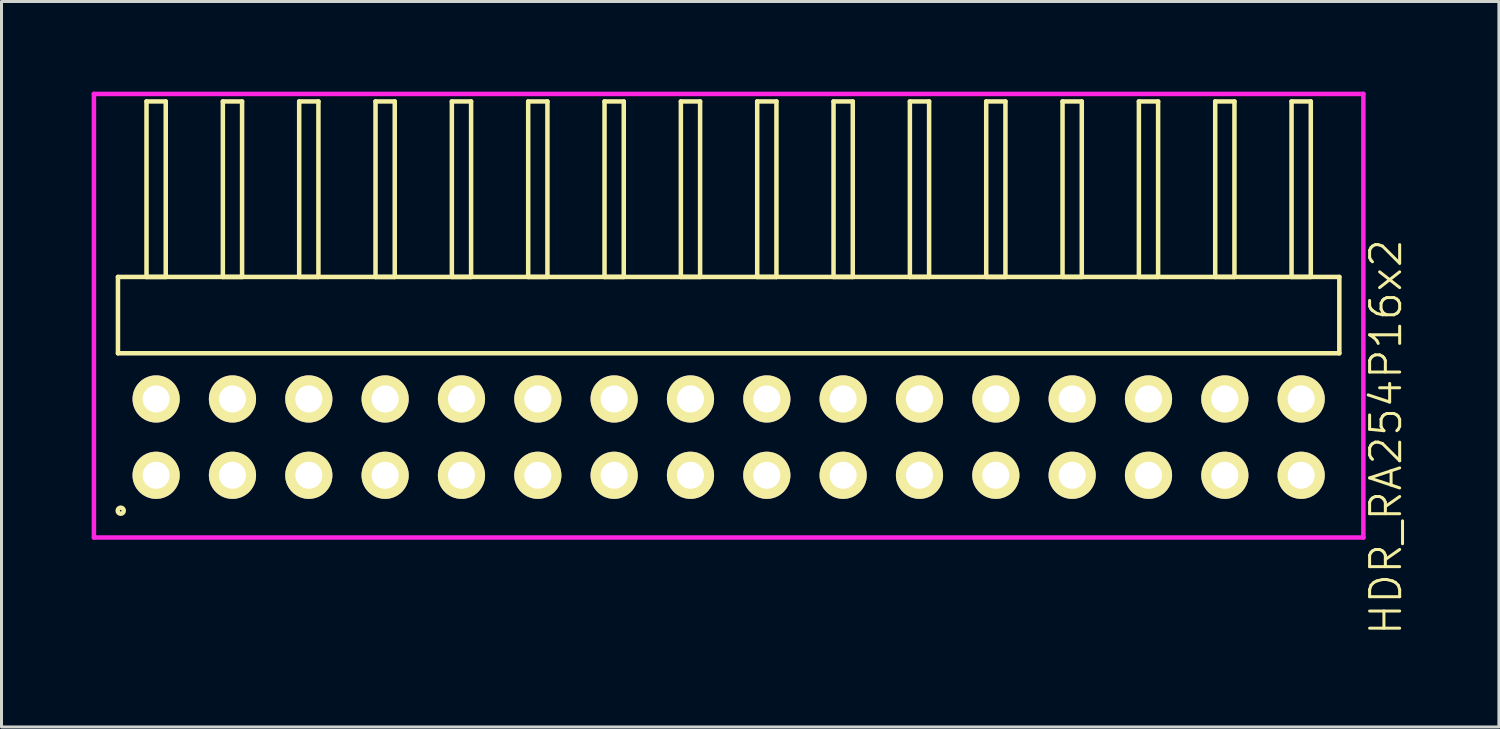
<source format=kicad_pcb>
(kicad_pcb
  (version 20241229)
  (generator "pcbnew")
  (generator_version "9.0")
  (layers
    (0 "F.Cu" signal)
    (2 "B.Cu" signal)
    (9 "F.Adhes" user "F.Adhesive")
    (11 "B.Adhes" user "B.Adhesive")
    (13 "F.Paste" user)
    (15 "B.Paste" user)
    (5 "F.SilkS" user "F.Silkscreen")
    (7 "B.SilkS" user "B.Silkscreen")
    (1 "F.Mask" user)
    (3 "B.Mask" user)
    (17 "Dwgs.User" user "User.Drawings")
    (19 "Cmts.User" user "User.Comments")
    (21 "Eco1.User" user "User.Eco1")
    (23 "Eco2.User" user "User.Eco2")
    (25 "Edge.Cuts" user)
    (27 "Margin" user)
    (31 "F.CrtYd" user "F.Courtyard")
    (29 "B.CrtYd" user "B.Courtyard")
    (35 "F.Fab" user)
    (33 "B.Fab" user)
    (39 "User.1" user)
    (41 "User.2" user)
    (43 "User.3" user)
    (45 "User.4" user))
  (footprint "HDR_RA254P16x2"
    (layer "F.Cu")
    (at 21.195 11.495)
    (property "Reference" "HDR_RA254P16x2" (at 21.87 0 90) (layer "F.SilkS") (effects (font (size 1 1) (thickness 0.1))))
    (attr through_hole)
    (fp_line (start -20.32 -5.33) (end -20.32 -2.79) (stroke (width 0.15) (type solid)) (layer "F.SilkS"))
    (fp_line (start -20.32 -2.79) (end 20.32 -2.79) (stroke (width 0.15) (type solid)) (layer "F.SilkS"))
    (fp_line (start -19.37 -11.17) (end -19.37 -5.33) (stroke (width 0.15) (type solid)) (layer "F.SilkS"))
    (fp_line (start -19.37 -5.33) (end -18.73 -5.33) (stroke (width 0.15) (type solid)) (layer "F.SilkS"))
    (fp_line (start -18.73 -11.17) (end -19.37 -11.17) (stroke (width 0.15) (type solid)) (layer "F.SilkS"))
    (fp_line (start -18.73 -5.33) (end -18.73 -11.17) (stroke (width 0.15) (type solid)) (layer "F.SilkS"))
    (fp_line (start -16.83 -11.17) (end -16.83 -5.33) (stroke (width 0.15) (type solid)) (layer "F.SilkS"))
    (fp_line (start -16.83 -5.33) (end -16.19 -5.33) (stroke (width 0.15) (type solid)) (layer "F.SilkS"))
    (fp_line (start -16.19 -11.17) (end -16.83 -11.17) (stroke (width 0.15) (type solid)) (layer "F.SilkS"))
    (fp_line (start -16.19 -5.33) (end -16.19 -11.17) (stroke (width 0.15) (type solid)) (layer "F.SilkS"))
    (fp_line (start -14.29 -11.17) (end -14.29 -5.33) (stroke (width 0.15) (type solid)) (layer "F.SilkS"))
    (fp_line (start -14.29 -5.33) (end -13.65 -5.33) (stroke (width 0.15) (type solid)) (layer "F.SilkS"))
    (fp_line (start -13.65 -11.17) (end -14.29 -11.17) (stroke (width 0.15) (type solid)) (layer "F.SilkS"))
    (fp_line (start -13.65 -5.33) (end -13.65 -11.17) (stroke (width 0.15) (type solid)) (layer "F.SilkS"))
    (fp_line (start -11.75 -11.17) (end -11.75 -5.33) (stroke (width 0.15) (type solid)) (layer "F.SilkS"))
    (fp_line (start -11.75 -5.33) (end -11.11 -5.33) (stroke (width 0.15) (type solid)) (layer "F.SilkS"))
    (fp_line (start -11.11 -11.17) (end -11.75 -11.17) (stroke (width 0.15) (type solid)) (layer "F.SilkS"))
    (fp_line (start -11.11 -5.33) (end -11.11 -11.17) (stroke (width 0.15) (type solid)) (layer "F.SilkS"))
    (fp_line (start -9.21 -11.17) (end -9.21 -5.33) (stroke (width 0.15) (type solid)) (layer "F.SilkS"))
    (fp_line (start -9.21 -5.33) (end -8.57 -5.33) (stroke (width 0.15) (type solid)) (layer "F.SilkS"))
    (fp_line (start -8.57 -11.17) (end -9.21 -11.17) (stroke (width 0.15) (type solid)) (layer "F.SilkS"))
    (fp_line (start -8.57 -5.33) (end -8.57 -11.17) (stroke (width 0.15) (type solid)) (layer "F.SilkS"))
    (fp_line (start -6.67 -11.17) (end -6.67 -5.33) (stroke (width 0.15) (type solid)) (layer "F.SilkS"))
    (fp_line (start -6.67 -5.33) (end -6.03 -5.33) (stroke (width 0.15) (type solid)) (layer "F.SilkS"))
    (fp_line (start -6.03 -11.17) (end -6.67 -11.17) (stroke (width 0.15) (type solid)) (layer "F.SilkS"))
    (fp_line (start -6.03 -5.33) (end -6.03 -11.17) (stroke (width 0.15) (type solid)) (layer "F.SilkS"))
    (fp_line (start -4.13 -11.17) (end -4.13 -5.33) (stroke (width 0.15) (type solid)) (layer "F.SilkS"))
    (fp_line (start -4.13 -5.33) (end -3.49 -5.33) (stroke (width 0.15) (type solid)) (layer "F.SilkS"))
    (fp_line (start -3.49 -11.17) (end -4.13 -11.17) (stroke (width 0.15) (type solid)) (layer "F.SilkS"))
    (fp_line (start -3.49 -5.33) (end -3.49 -11.17) (stroke (width 0.15) (type solid)) (layer "F.SilkS"))
    (fp_line (start -1.59 -11.17) (end -1.59 -5.33) (stroke (width 0.15) (type solid)) (layer "F.SilkS"))
    (fp_line (start -1.59 -5.33) (end -0.95 -5.33) (stroke (width 0.15) (type solid)) (layer "F.SilkS"))
    (fp_line (start -0.95 -11.17) (end -1.59 -11.17) (stroke (width 0.15) (type solid)) (layer "F.SilkS"))
    (fp_line (start -0.95 -5.33) (end -0.95 -11.17) (stroke (width 0.15) (type solid)) (layer "F.SilkS"))
    (fp_line (start 0.95 -11.17) (end 0.95 -5.33) (stroke (width 0.15) (type solid)) (layer "F.SilkS"))
    (fp_line (start 0.95 -5.33) (end 1.59 -5.33) (stroke (width 0.15) (type solid)) (layer "F.SilkS"))
    (fp_line (start 1.59 -11.17) (end 0.95 -11.17) (stroke (width 0.15) (type solid)) (layer "F.SilkS"))
    (fp_line (start 1.59 -5.33) (end 1.59 -11.17) (stroke (width 0.15) (type solid)) (layer "F.SilkS"))
    (fp_line (start 3.49 -11.17) (end 3.49 -5.33) (stroke (width 0.15) (type solid)) (layer "F.SilkS"))
    (fp_line (start 3.49 -5.33) (end 4.13 -5.33) (stroke (width 0.15) (type solid)) (layer "F.SilkS"))
    (fp_line (start 4.13 -11.17) (end 3.49 -11.17) (stroke (width 0.15) (type solid)) (layer "F.SilkS"))
    (fp_line (start 4.13 -5.33) (end 4.13 -11.17) (stroke (width 0.15) (type solid)) (layer "F.SilkS"))
    (fp_line (start 6.03 -11.17) (end 6.03 -5.33) (stroke (width 0.15) (type solid)) (layer "F.SilkS"))
    (fp_line (start 6.03 -5.33) (end 6.67 -5.33) (stroke (width 0.15) (type solid)) (layer "F.SilkS"))
    (fp_line (start 6.67 -11.17) (end 6.03 -11.17) (stroke (width 0.15) (type solid)) (layer "F.SilkS"))
    (fp_line (start 6.67 -5.33) (end 6.67 -11.17) (stroke (width 0.15) (type solid)) (layer "F.SilkS"))
    (fp_line (start 8.57 -11.17) (end 8.57 -5.33) (stroke (width 0.15) (type solid)) (layer "F.SilkS"))
    (fp_line (start 8.57 -5.33) (end 9.21 -5.33) (stroke (width 0.15) (type solid)) (layer "F.SilkS"))
    (fp_line (start 9.21 -11.17) (end 8.57 -11.17) (stroke (width 0.15) (type solid)) (layer "F.SilkS"))
    (fp_line (start 9.21 -5.33) (end 9.21 -11.17) (stroke (width 0.15) (type solid)) (layer "F.SilkS"))
    (fp_line (start 11.11 -11.17) (end 11.11 -5.33) (stroke (width 0.15) (type solid)) (layer "F.SilkS"))
    (fp_line (start 11.11 -5.33) (end 11.75 -5.33) (stroke (width 0.15) (type solid)) (layer "F.SilkS"))
    (fp_line (start 11.75 -11.17) (end 11.11 -11.17) (stroke (width 0.15) (type solid)) (layer "F.SilkS"))
    (fp_line (start 11.75 -5.33) (end 11.75 -11.17) (stroke (width 0.15) (type solid)) (layer "F.SilkS"))
    (fp_line (start 13.65 -11.17) (end 13.65 -5.33) (stroke (width 0.15) (type solid)) (layer "F.SilkS"))
    (fp_line (start 13.65 -5.33) (end 14.29 -5.33) (stroke (width 0.15) (type solid)) (layer "F.SilkS"))
    (fp_line (start 14.29 -11.17) (end 13.65 -11.17) (stroke (width 0.15) (type solid)) (layer "F.SilkS"))
    (fp_line (start 14.29 -5.33) (end 14.29 -11.17) (stroke (width 0.15) (type solid)) (layer "F.SilkS"))
    (fp_line (start 16.19 -11.17) (end 16.19 -5.33) (stroke (width 0.15) (type solid)) (layer "F.SilkS"))
    (fp_line (start 16.19 -5.33) (end 16.83 -5.33) (stroke (width 0.15) (type solid)) (layer "F.SilkS"))
    (fp_line (start 16.83 -11.17) (end 16.19 -11.17) (stroke (width 0.15) (type solid)) (layer "F.SilkS"))
    (fp_line (start 16.83 -5.33) (end 16.83 -11.17) (stroke (width 0.15) (type solid)) (layer "F.SilkS"))
    (fp_line (start 18.73 -11.17) (end 18.73 -5.33) (stroke (width 0.15) (type solid)) (layer "F.SilkS"))
    (fp_line (start 18.73 -5.33) (end 19.37 -5.33) (stroke (width 0.15) (type solid)) (layer "F.SilkS"))
    (fp_line (start 19.37 -11.17) (end 18.73 -11.17) (stroke (width 0.15) (type solid)) (layer "F.SilkS"))
    (fp_line (start 19.37 -5.33) (end 19.37 -11.17) (stroke (width 0.15) (type solid)) (layer "F.SilkS"))
    (fp_line (start 20.32 -5.33) (end -20.32 -5.33) (stroke (width 0.15) (type solid)) (layer "F.SilkS"))
    (fp_line (start 20.32 -2.79) (end 20.32 -5.33) (stroke (width 0.15) (type solid)) (layer "F.SilkS"))
    (fp_circle (center -20.228 2.448) (end -20.127 2.448) (stroke (width 0.15) (type solid)) (fill no) (layer "F.SilkS"))
    (fp_line (start -21.12 -11.42) (end -21.12 3.34) (stroke (width 0.15) (type solid)) (layer "F.CrtYd"))
    (fp_line (start -21.12 3.34) (end 21.12 3.34) (stroke (width 0.15) (type solid)) (layer "F.CrtYd"))
    (fp_line (start 21.12 -11.42) (end -21.12 -11.42) (stroke (width 0.15) (type solid)) (layer "F.CrtYd"))
    (fp_line (start 21.12 3.34) (end 21.12 -11.42) (stroke (width 0.15) (type solid)) (layer "F.CrtYd"))
    (pad "1" thru_hole oval (at -19.05 1.27) (size 1.57 1.57) (drill 0.9) (layers "*.Cu" "*.Mask" "F.SilkS"))
    (pad "2" thru_hole oval (at -19.05 -1.27) (size 1.57 1.57) (drill 0.9) (layers "*.Cu" "*.Mask" "F.SilkS"))
    (pad "3" thru_hole oval (at -16.51 1.27) (size 1.57 1.57) (drill 0.9) (layers "*.Cu" "*.Mask" "F.SilkS"))
    (pad "4" thru_hole oval (at -16.51 -1.27) (size 1.57 1.57) (drill 0.9) (layers "*.Cu" "*.Mask" "F.SilkS"))
    (pad "5" thru_hole oval (at -13.97 1.27) (size 1.57 1.57) (drill 0.9) (layers "*.Cu" "*.Mask" "F.SilkS"))
    (pad "6" thru_hole oval (at -13.97 -1.27) (size 1.57 1.57) (drill 0.9) (layers "*.Cu" "*.Mask" "F.SilkS"))
    (pad "7" thru_hole oval (at -11.43 1.27) (size 1.57 1.57) (drill 0.9) (layers "*.Cu" "*.Mask" "F.SilkS"))
    (pad "8" thru_hole oval (at -11.43 -1.27) (size 1.57 1.57) (drill 0.9) (layers "*.Cu" "*.Mask" "F.SilkS"))
    (pad "9" thru_hole oval (at -8.89 1.27) (size 1.57 1.57) (drill 0.9) (layers "*.Cu" "*.Mask" "F.SilkS"))
    (pad "10" thru_hole oval (at -8.89 -1.27) (size 1.57 1.57) (drill 0.9) (layers "*.Cu" "*.Mask" "F.SilkS"))
    (pad "11" thru_hole oval (at -6.35 1.27) (size 1.57 1.57) (drill 0.9) (layers "*.Cu" "*.Mask" "F.SilkS"))
    (pad "12" thru_hole oval (at -6.35 -1.27) (size 1.57 1.57) (drill 0.9) (layers "*.Cu" "*.Mask" "F.SilkS"))
    (pad "13" thru_hole oval (at -3.81 1.27) (size 1.57 1.57) (drill 0.9) (layers "*.Cu" "*.Mask" "F.SilkS"))
    (pad "14" thru_hole oval (at -3.81 -1.27) (size 1.57 1.57) (drill 0.9) (layers "*.Cu" "*.Mask" "F.SilkS"))
    (pad "15" thru_hole oval (at -1.27 1.27) (size 1.57 1.57) (drill 0.9) (layers "*.Cu" "*.Mask" "F.SilkS"))
    (pad "16" thru_hole oval (at -1.27 -1.27) (size 1.57 1.57) (drill 0.9) (layers "*.Cu" "*.Mask" "F.SilkS"))
    (pad "17" thru_hole oval (at 1.27 1.27) (size 1.57 1.57) (drill 0.9) (layers "*.Cu" "*.Mask" "F.SilkS"))
    (pad "18" thru_hole oval (at 1.27 -1.27) (size 1.57 1.57) (drill 0.9) (layers "*.Cu" "*.Mask" "F.SilkS"))
    (pad "19" thru_hole oval (at 3.81 1.27) (size 1.57 1.57) (drill 0.9) (layers "*.Cu" "*.Mask" "F.SilkS"))
    (pad "20" thru_hole oval (at 3.81 -1.27) (size 1.57 1.57) (drill 0.9) (layers "*.Cu" "*.Mask" "F.SilkS"))
    (pad "21" thru_hole oval (at 6.35 1.27) (size 1.57 1.57) (drill 0.9) (layers "*.Cu" "*.Mask" "F.SilkS"))
    (pad "22" thru_hole oval (at 6.35 -1.27) (size 1.57 1.57) (drill 0.9) (layers "*.Cu" "*.Mask" "F.SilkS"))
    (pad "23" thru_hole oval (at 8.89 1.27) (size 1.57 1.57) (drill 0.9) (layers "*.Cu" "*.Mask" "F.SilkS"))
    (pad "24" thru_hole oval (at 8.89 -1.27) (size 1.57 1.57) (drill 0.9) (layers "*.Cu" "*.Mask" "F.SilkS"))
    (pad "25" thru_hole oval (at 11.43 1.27) (size 1.57 1.57) (drill 0.9) (layers "*.Cu" "*.Mask" "F.SilkS"))
    (pad "26" thru_hole oval (at 11.43 -1.27) (size 1.57 1.57) (drill 0.9) (layers "*.Cu" "*.Mask" "F.SilkS"))
    (pad "27" thru_hole oval (at 13.97 1.27) (size 1.57 1.57) (drill 0.9) (layers "*.Cu" "*.Mask" "F.SilkS"))
    (pad "28" thru_hole oval (at 13.97 -1.27) (size 1.57 1.57) (drill 0.9) (layers "*.Cu" "*.Mask" "F.SilkS"))
    (pad "29" thru_hole oval (at 16.51 1.27) (size 1.57 1.57) (drill 0.9) (layers "*.Cu" "*.Mask" "F.SilkS"))
    (pad "30" thru_hole oval (at 16.51 -1.27) (size 1.57 1.57) (drill 0.9) (layers "*.Cu" "*.Mask" "F.SilkS"))
    (pad "31" thru_hole oval (at 19.05 1.27) (size 1.57 1.57) (drill 0.9) (layers "*.Cu" "*.Mask" "F.SilkS"))
    (pad "32" thru_hole oval (at 19.05 -1.27) (size 1.57 1.57) (drill 0.9) (layers "*.Cu" "*.Mask" "F.SilkS")))
  (gr_rect
    (start -3 -3)
    (end 46.825 21.14)
    (stroke (width 0.1) (type default))
    (fill no)
    (layer "Edge.Cuts")))
</source>
